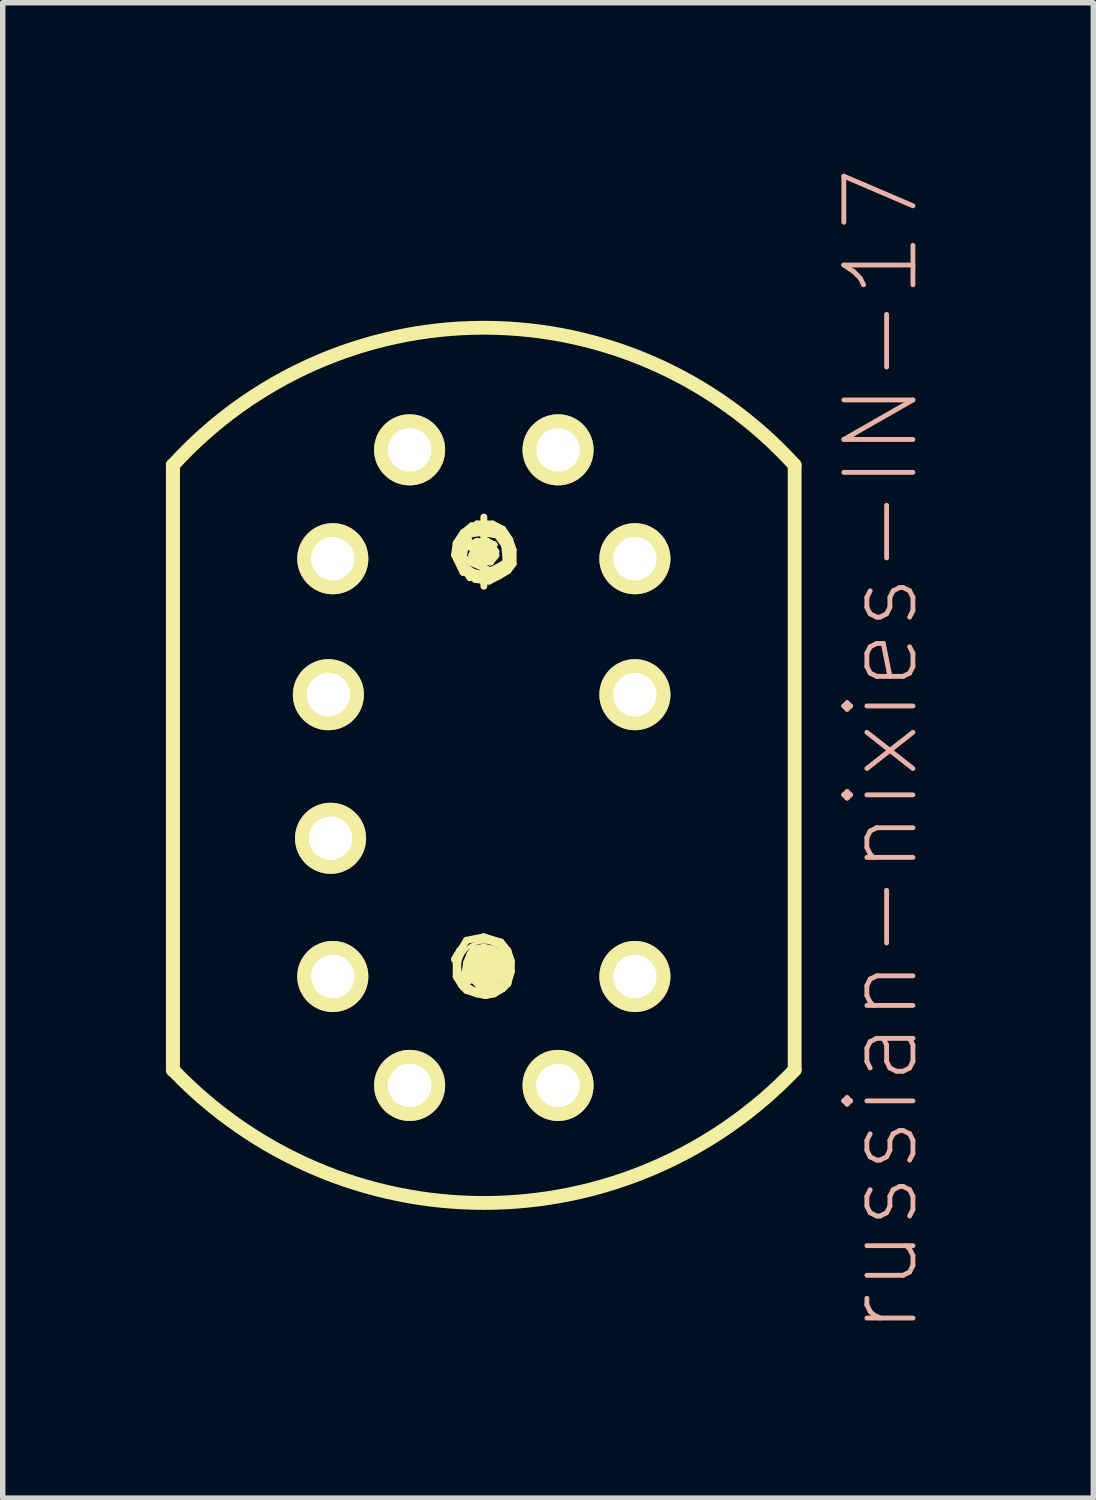
<source format=kicad_pcb>
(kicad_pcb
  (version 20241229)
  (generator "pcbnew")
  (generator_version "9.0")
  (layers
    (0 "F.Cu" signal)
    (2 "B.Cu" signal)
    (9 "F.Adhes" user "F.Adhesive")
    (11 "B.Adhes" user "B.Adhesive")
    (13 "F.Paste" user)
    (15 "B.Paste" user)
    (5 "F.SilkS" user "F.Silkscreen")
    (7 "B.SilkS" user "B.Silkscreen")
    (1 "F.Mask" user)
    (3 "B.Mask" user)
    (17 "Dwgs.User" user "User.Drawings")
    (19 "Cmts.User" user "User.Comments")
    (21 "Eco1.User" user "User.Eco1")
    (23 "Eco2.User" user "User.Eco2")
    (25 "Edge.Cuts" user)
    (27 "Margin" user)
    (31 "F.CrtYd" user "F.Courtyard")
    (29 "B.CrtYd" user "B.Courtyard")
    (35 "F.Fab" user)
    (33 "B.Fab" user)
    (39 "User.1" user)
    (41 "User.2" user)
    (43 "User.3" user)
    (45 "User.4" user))
  (footprint "russian-nixies-IN-17"
    (layer "F.Cu")
    (at 5.842 11.216)
    (property "Reference" "russian-nixies-IN-17" (at 7.303 -0.475 90) (layer "B.SilkS") (effects (font (size 1.27 1.27) (thickness 0.089))))
    (attr exclude_from_pos_files exclude_from_bom)
    (fp_line (start -5.715 -5.715) (end -5.715 5.397) (stroke (width 0.254) (type solid)) (layer "F.SilkS"))
    (fp_line (start -5.715 5.397) (end -5.715 -5.715) (stroke (width 0.254) (type solid)) (layer "F.SilkS"))
    (fp_line (start -0.538 -4.064) (end -0.508 -4.285) (stroke (width 0.127) (type solid)) (layer "F.SilkS"))
    (fp_line (start -0.538 3.365) (end -0.318 3.015) (stroke (width 0.127) (type solid)) (layer "F.SilkS"))
    (fp_line (start -0.508 -4.285) (end -0.381 -4.475) (stroke (width 0.127) (type solid)) (layer "F.SilkS"))
    (fp_line (start -0.508 -4.094) (end -0.284 -4.445) (stroke (width 0.127) (type solid)) (layer "F.SilkS"))
    (fp_line (start -0.508 3.429) (end -0.445 3.205) (stroke (width 0.127) (type solid)) (layer "F.SilkS"))
    (fp_line (start -0.508 3.683) (end -0.508 3.429) (stroke (width 0.127) (type solid)) (layer "F.SilkS"))
    (fp_line (start -0.445 -3.904) (end -0.381 -3.747) (stroke (width 0.127) (type solid)) (layer "F.SilkS"))
    (fp_line (start -0.445 3.205) (end -0.538 3.365) (stroke (width 0.127) (type solid)) (layer "F.SilkS"))
    (fp_line (start -0.411 3.84) (end -0.508 3.683) (stroke (width 0.127) (type solid)) (layer "F.SilkS"))
    (fp_line (start -0.381 -4.475) (end -0.221 -4.602) (stroke (width 0.127) (type solid)) (layer "F.SilkS"))
    (fp_line (start -0.381 -4.031) (end -0.348 -4.191) (stroke (width 0.127) (type solid)) (layer "F.SilkS"))
    (fp_line (start -0.381 -3.873) (end -0.508 -4.094) (stroke (width 0.127) (type solid)) (layer "F.SilkS"))
    (fp_line (start -0.381 -3.747) (end -0.538 -4.064) (stroke (width 0.127) (type solid)) (layer "F.SilkS"))
    (fp_line (start -0.381 3.873) (end -0.318 3.429) (stroke (width 0.127) (type solid)) (layer "F.SilkS"))
    (fp_line (start -0.348 -4.191) (end -0.127 -4.318) (stroke (width 0.127) (type solid)) (layer "F.SilkS"))
    (fp_line (start -0.318 -4.445) (end -0.127 -4.636) (stroke (width 0.127) (type solid)) (layer "F.SilkS"))
    (fp_line (start -0.318 -3.777) (end -0.254 -3.65) (stroke (width 0.127) (type solid)) (layer "F.SilkS"))
    (fp_line (start -0.318 3.015) (end 0 2.951) (stroke (width 0.127) (type solid)) (layer "F.SilkS"))
    (fp_line (start -0.318 3.429) (end -0.254 3.269) (stroke (width 0.127) (type solid)) (layer "F.SilkS"))
    (fp_line (start -0.318 3.937) (end -0.381 3.873) (stroke (width 0.127) (type solid)) (layer "F.SilkS"))
    (fp_line (start -0.284 -4.445) (end -0.094 -4.475) (stroke (width 0.127) (type solid)) (layer "F.SilkS"))
    (fp_line (start -0.254 -3.937) (end -0.381 -4.031) (stroke (width 0.127) (type solid)) (layer "F.SilkS"))
    (fp_line (start -0.254 -3.65) (end -0.445 -3.904) (stroke (width 0.127) (type solid)) (layer "F.SilkS"))
    (fp_line (start -0.254 3.269) (end -0.191 3.175) (stroke (width 0.127) (type solid)) (layer "F.SilkS"))
    (fp_line (start -0.254 3.586) (end -0.191 3.429) (stroke (width 0.127) (type solid)) (layer "F.SilkS"))
    (fp_line (start -0.254 3.747) (end -0.254 3.586) (stroke (width 0.127) (type solid)) (layer "F.SilkS"))
    (fp_line (start -0.221 -4.602) (end 0.061 -4.539) (stroke (width 0.127) (type solid)) (layer "F.SilkS"))
    (fp_line (start -0.221 -4.221) (end 0 -4.285) (stroke (width 0.127) (type solid)) (layer "F.SilkS"))
    (fp_line (start -0.221 -4.064) (end -0.157 -4.128) (stroke (width 0.127) (type solid)) (layer "F.SilkS"))
    (fp_line (start -0.221 3.65) (end -0.127 3.429) (stroke (width 0.127) (type solid)) (layer "F.SilkS"))
    (fp_line (start -0.221 3.713) (end -0.254 3.747) (stroke (width 0.127) (type solid)) (layer "F.SilkS"))
    (fp_line (start -0.191 -4.128) (end -0.318 -4.445) (stroke (width 0.127) (type solid)) (layer "F.SilkS"))
    (fp_line (start -0.191 -4.128) (end 0.03 -4.128) (stroke (width 0.127) (type solid)) (layer "F.SilkS"))
    (fp_line (start -0.191 -3.747) (end -0.381 -3.873) (stroke (width 0.127) (type solid)) (layer "F.SilkS"))
    (fp_line (start -0.191 3.175) (end 0 3.142) (stroke (width 0.127) (type solid)) (layer "F.SilkS"))
    (fp_line (start -0.191 3.429) (end -0.127 3.269) (stroke (width 0.127) (type solid)) (layer "F.SilkS"))
    (fp_line (start -0.191 3.683) (end -0.221 3.65) (stroke (width 0.127) (type solid)) (layer "F.SilkS"))
    (fp_line (start -0.157 -4.128) (end -0.094 -4.158) (stroke (width 0.127) (type solid)) (layer "F.SilkS"))
    (fp_line (start -0.157 -4) (end 0.061 -4.128) (stroke (width 0.127) (type solid)) (layer "F.SilkS"))
    (fp_line (start -0.157 -3.617) (end -0.318 -3.777) (stroke (width 0.127) (type solid)) (layer "F.SilkS"))
    (fp_line (start -0.127 -4.636) (end 0.157 -4.636) (stroke (width 0.127) (type solid)) (layer "F.SilkS"))
    (fp_line (start -0.127 -4.318) (end 0.03 -4.285) (stroke (width 0.127) (type solid)) (layer "F.SilkS"))
    (fp_line (start -0.127 -3.967) (end -0.221 -4.221) (stroke (width 0.127) (type solid)) (layer "F.SilkS"))
    (fp_line (start -0.127 3.269) (end -0.064 3.239) (stroke (width 0.127) (type solid)) (layer "F.SilkS"))
    (fp_line (start -0.127 3.429) (end -0.03 3.332) (stroke (width 0.127) (type solid)) (layer "F.SilkS"))
    (fp_line (start -0.127 3.523) (end 0.094 3.429) (stroke (width 0.127) (type solid)) (layer "F.SilkS"))
    (fp_line (start -0.127 3.713) (end -0.127 3.523) (stroke (width 0.127) (type solid)) (layer "F.SilkS"))
    (fp_line (start -0.127 3.747) (end -0.191 3.683) (stroke (width 0.127) (type solid)) (layer "F.SilkS"))
    (fp_line (start -0.127 4) (end -0.318 3.937) (stroke (width 0.127) (type solid)) (layer "F.SilkS"))
    (fp_line (start -0.094 -4.475) (end 0.188 -4.445) (stroke (width 0.127) (type solid)) (layer "F.SilkS"))
    (fp_line (start -0.094 -4.158) (end 0 -4.221) (stroke (width 0.127) (type solid)) (layer "F.SilkS"))
    (fp_line (start -0.094 3.65) (end -0.064 3.617) (stroke (width 0.127) (type solid)) (layer "F.SilkS"))
    (fp_line (start -0.094 3.84) (end -0.221 3.713) (stroke (width 0.127) (type solid)) (layer "F.SilkS"))
    (fp_line (start -0.064 -4.128) (end -0.191 -4.128) (stroke (width 0.127) (type solid)) (layer "F.SilkS"))
    (fp_line (start -0.064 -4.031) (end -0.221 -4.064) (stroke (width 0.127) (type solid)) (layer "F.SilkS"))
    (fp_line (start -0.064 3.239) (end 0.124 3.239) (stroke (width 0.127) (type solid)) (layer "F.SilkS"))
    (fp_line (start -0.064 3.617) (end -0.411 3.84) (stroke (width 0.127) (type solid)) (layer "F.SilkS"))
    (fp_line (start -0.03 3.332) (end 0.124 3.332) (stroke (width 0.127) (type solid)) (layer "F.SilkS"))
    (fp_line (start 0 -4.763) (end 0 -3.493) (stroke (width 0.127) (type solid)) (layer "F.SilkS"))
    (fp_line (start 0 -4.285) (end 0.124 -4.285) (stroke (width 0.127) (type solid)) (layer "F.SilkS"))
    (fp_line (start 0 -4.221) (end 0.061 -4.318) (stroke (width 0.127) (type solid)) (layer "F.SilkS"))
    (fp_line (start 0 2.951) (end 0.315 3.048) (stroke (width 0.127) (type solid)) (layer "F.SilkS"))
    (fp_line (start 0 3.142) (end 0.157 3.175) (stroke (width 0.127) (type solid)) (layer "F.SilkS"))
    (fp_line (start 0 3.429) (end -0.094 3.65) (stroke (width 0.127) (type solid)) (layer "F.SilkS"))
    (fp_line (start 0.03 -4.285) (end 0.221 -4.064) (stroke (width 0.127) (type solid)) (layer "F.SilkS"))
    (fp_line (start 0.03 -4.128) (end 0.03 -4.094) (stroke (width 0.127) (type solid)) (layer "F.SilkS"))
    (fp_line (start 0.03 -4.094) (end -0.191 -4.128) (stroke (width 0.127) (type solid)) (layer "F.SilkS"))
    (fp_line (start 0.03 3.586) (end 0 3.429) (stroke (width 0.127) (type solid)) (layer "F.SilkS"))
    (fp_line (start 0.03 3.81) (end -0.127 3.747) (stroke (width 0.127) (type solid)) (layer "F.SilkS"))
    (fp_line (start 0.03 3.873) (end -0.094 3.84) (stroke (width 0.127) (type solid)) (layer "F.SilkS"))
    (fp_line (start 0.03 4.031) (end -0.127 4) (stroke (width 0.127) (type solid)) (layer "F.SilkS"))
    (fp_line (start 0.061 -4.539) (end 0.188 -4.508) (stroke (width 0.127) (type solid)) (layer "F.SilkS"))
    (fp_line (start 0.061 -4.318) (end 0.124 -4.255) (stroke (width 0.127) (type solid)) (layer "F.SilkS"))
    (fp_line (start 0.061 -4.128) (end 0.188 -4.255) (stroke (width 0.127) (type solid)) (layer "F.SilkS"))
    (fp_line (start 0.061 -4.064) (end -0.157 -4) (stroke (width 0.127) (type solid)) (layer "F.SilkS"))
    (fp_line (start 0.061 -4) (end -0.064 -4.031) (stroke (width 0.127) (type solid)) (layer "F.SilkS"))
    (fp_line (start 0.061 3.683) (end -0.127 3.713) (stroke (width 0.127) (type solid)) (layer "F.SilkS"))
    (fp_line (start 0.094 -3.683) (end -0.191 -3.747) (stroke (width 0.127) (type solid)) (layer "F.SilkS"))
    (fp_line (start 0.094 -3.586) (end -0.157 -3.617) (stroke (width 0.127) (type solid)) (layer "F.SilkS"))
    (fp_line (start 0.094 3.429) (end 0.094 3.586) (stroke (width 0.127) (type solid)) (layer "F.SilkS"))
    (fp_line (start 0.094 3.586) (end 0.03 3.586) (stroke (width 0.127) (type solid)) (layer "F.SilkS"))
    (fp_line (start 0.124 -4.285) (end 0.188 -4.128) (stroke (width 0.127) (type solid)) (layer "F.SilkS"))
    (fp_line (start 0.124 -4.255) (end 0.221 -4.128) (stroke (width 0.127) (type solid)) (layer "F.SilkS"))
    (fp_line (start 0.124 -3.937) (end -0.127 -3.967) (stroke (width 0.127) (type solid)) (layer "F.SilkS"))
    (fp_line (start 0.124 -3.777) (end -0.254 -3.937) (stroke (width 0.127) (type solid)) (layer "F.SilkS"))
    (fp_line (start 0.124 3.239) (end 0.221 3.302) (stroke (width 0.127) (type solid)) (layer "F.SilkS"))
    (fp_line (start 0.124 3.332) (end 0.221 3.429) (stroke (width 0.127) (type solid)) (layer "F.SilkS"))
    (fp_line (start 0.157 -4.636) (end 0.348 -4.539) (stroke (width 0.127) (type solid)) (layer "F.SilkS"))
    (fp_line (start 0.157 3.175) (end 0.315 3.269) (stroke (width 0.127) (type solid)) (layer "F.SilkS"))
    (fp_line (start 0.157 3.713) (end 0.03 3.81) (stroke (width 0.127) (type solid)) (layer "F.SilkS"))
    (fp_line (start 0.188 -4.508) (end 0.378 -4.255) (stroke (width 0.127) (type solid)) (layer "F.SilkS"))
    (fp_line (start 0.188 -4.445) (end 0.315 -4.475) (stroke (width 0.127) (type solid)) (layer "F.SilkS"))
    (fp_line (start 0.188 -4.255) (end -0.064 -4.128) (stroke (width 0.127) (type solid)) (layer "F.SilkS"))
    (fp_line (start 0.188 -4.128) (end 0.061 -4) (stroke (width 0.127) (type solid)) (layer "F.SilkS"))
    (fp_line (start 0.188 3.586) (end 0.061 3.683) (stroke (width 0.127) (type solid)) (layer "F.SilkS"))
    (fp_line (start 0.188 3.81) (end 0.03 3.873) (stroke (width 0.127) (type solid)) (layer "F.SilkS"))
    (fp_line (start 0.188 4) (end 0.03 4.031) (stroke (width 0.127) (type solid)) (layer "F.SilkS"))
    (fp_line (start 0.221 -4.128) (end 0.061 -4.064) (stroke (width 0.127) (type solid)) (layer "F.SilkS"))
    (fp_line (start 0.221 -4.064) (end 0.124 -3.937) (stroke (width 0.127) (type solid)) (layer "F.SilkS"))
    (fp_line (start 0.221 3.302) (end 0.284 3.429) (stroke (width 0.127) (type solid)) (layer "F.SilkS"))
    (fp_line (start 0.221 3.429) (end 0.188 3.586) (stroke (width 0.127) (type solid)) (layer "F.SilkS"))
    (fp_line (start 0.284 -3.683) (end 0.094 -3.586) (stroke (width 0.127) (type solid)) (layer "F.SilkS"))
    (fp_line (start 0.284 3.429) (end 0.284 3.586) (stroke (width 0.127) (type solid)) (layer "F.SilkS"))
    (fp_line (start 0.284 3.586) (end 0.157 3.713) (stroke (width 0.127) (type solid)) (layer "F.SilkS"))
    (fp_line (start 0.315 -4.475) (end 0.378 -4.318) (stroke (width 0.127) (type solid)) (layer "F.SilkS"))
    (fp_line (start 0.315 -3.873) (end 0.124 -3.777) (stroke (width 0.127) (type solid)) (layer "F.SilkS"))
    (fp_line (start 0.315 3.048) (end 0.442 3.205) (stroke (width 0.127) (type solid)) (layer "F.SilkS"))
    (fp_line (start 0.315 3.269) (end 0.378 3.429) (stroke (width 0.127) (type solid)) (layer "F.SilkS"))
    (fp_line (start 0.348 -4.539) (end 0.475 -4.348) (stroke (width 0.127) (type solid)) (layer "F.SilkS"))
    (fp_line (start 0.348 3.65) (end 0.188 3.81) (stroke (width 0.127) (type solid)) (layer "F.SilkS"))
    (fp_line (start 0.348 3.904) (end 0.188 4) (stroke (width 0.127) (type solid)) (layer "F.SilkS"))
    (fp_line (start 0.378 -4.318) (end 0.411 -3.937) (stroke (width 0.127) (type solid)) (layer "F.SilkS"))
    (fp_line (start 0.378 -4.255) (end 0.442 -4.094) (stroke (width 0.127) (type solid)) (layer "F.SilkS"))
    (fp_line (start 0.378 -3.84) (end 0.094 -3.683) (stroke (width 0.127) (type solid)) (layer "F.SilkS"))
    (fp_line (start 0.378 3.429) (end 0.348 3.65) (stroke (width 0.127) (type solid)) (layer "F.SilkS"))
    (fp_line (start 0.411 -3.937) (end 0.315 -3.873) (stroke (width 0.127) (type solid)) (layer "F.SilkS"))
    (fp_line (start 0.442 -4.094) (end 0.378 -3.84) (stroke (width 0.127) (type solid)) (layer "F.SilkS"))
    (fp_line (start 0.442 -3.777) (end 0.284 -3.683) (stroke (width 0.127) (type solid)) (layer "F.SilkS"))
    (fp_line (start 0.442 3.205) (end 0.505 3.396) (stroke (width 0.127) (type solid)) (layer "F.SilkS"))
    (fp_line (start 0.442 3.81) (end 0.348 3.904) (stroke (width 0.127) (type solid)) (layer "F.SilkS"))
    (fp_line (start 0.475 -4.348) (end 0.538 -4.158) (stroke (width 0.127) (type solid)) (layer "F.SilkS"))
    (fp_line (start 0.505 3.396) (end 0.505 3.586) (stroke (width 0.127) (type solid)) (layer "F.SilkS"))
    (fp_line (start 0.505 3.586) (end 0.442 3.81) (stroke (width 0.127) (type solid)) (layer "F.SilkS"))
    (fp_line (start 0.538 -4.158) (end 0.538 -3.904) (stroke (width 0.127) (type solid)) (layer "F.SilkS"))
    (fp_line (start 0.538 -3.904) (end 0.442 -3.777) (stroke (width 0.127) (type solid)) (layer "F.SilkS"))
    (fp_line (start 5.712 5.397) (end 5.712 -5.715) (stroke (width 0.254) (type solid)) (layer "F.SilkS"))
    (fp_arc (start -5.715 -5.715) (mid -0.002522 -8.24269) (end 5.711605 -5.718731) (stroke (width 0.254) (type solid)) (layer "F.SilkS"))
    (fp_arc (start 5.71246 5.3975) (mid 0.004024 7.841685) (end -5.7069 5.403318) (stroke (width 0.254) (type solid)) (layer "F.SilkS"))
    (fp_circle (center 0 -4.128) (end -0.318 -4.445) (stroke (width 0.064) (type solid)) (fill no) (layer "F.SilkS"))
    (fp_circle (center 0 -4.128) (end -0.157 -4.285) (stroke (width 0.064) (type solid)) (fill no) (layer "F.SilkS"))
    (fp_circle (center 0 3.493) (end -0.318 3.81) (stroke (width 0.064) (type solid)) (fill no) (layer "F.SilkS"))
    (fp_circle (center 0 3.493) (end -0.224 3.716) (stroke (width 0.064) (type solid)) (fill no) (layer "F.SilkS"))
    (pad "0" thru_hole circle (at 2.776 -3.998) (size 1.306 1.306) (drill 0.798) (layers "*.Cu" "F.Mask" "F.SilkS" "F.Paste"))
    (pad "1" thru_hole circle (at 1.364 -5.999) (size 1.306 1.306) (drill 0.798) (layers "*.Cu" "F.Mask" "F.SilkS" "F.Paste"))
    (pad "2" thru_hole circle (at -1.364 -5.999) (size 1.306 1.306) (drill 0.798) (layers "*.Cu" "F.Mask" "F.SilkS" "F.Paste"))
    (pad "3" thru_hole circle (at -2.776 -3.998) (size 1.306 1.306) (drill 0.798) (layers "*.Cu" "F.Mask" "F.SilkS" "F.Paste"))
    (pad "4" thru_hole circle (at -2.857 -1.499) (size 1.306 1.306) (drill 0.798) (layers "*.Cu" "F.Mask" "F.SilkS" "F.Paste"))
    (pad "5" thru_hole circle (at -2.817 1.14) (size 1.306 1.306) (drill 0.798) (layers "*.Cu" "F.Mask" "F.SilkS" "F.Paste"))
    (pad "6" thru_hole circle (at -2.776 3.68) (size 1.306 1.306) (drill 0.798) (layers "*.Cu" "F.Mask" "F.SilkS" "F.Paste"))
    (pad "7" thru_hole circle (at -1.364 5.682) (size 1.306 1.306) (drill 0.798) (layers "*.Cu" "F.Mask" "F.SilkS" "F.Paste"))
    (pad "8" thru_hole circle (at 1.364 5.682) (size 1.306 1.306) (drill 0.798) (layers "*.Cu" "F.Mask" "F.SilkS" "F.Paste"))
    (pad "9" thru_hole circle (at 2.776 3.68) (size 1.306 1.306) (drill 0.798) (layers "*.Cu" "F.Mask" "F.SilkS" "F.Paste"))
    (pad "A" thru_hole circle (at 2.776 -1.499) (size 1.306 1.306) (drill 0.798) (layers "*.Cu" "F.Mask" "F.SilkS" "F.Paste")))
  (gr_rect
    (start -3 -3)
    (end 17.043 24.482)
    (stroke (width 0.1) (type default))
    (fill no)
    (layer "Edge.Cuts")))
</source>
